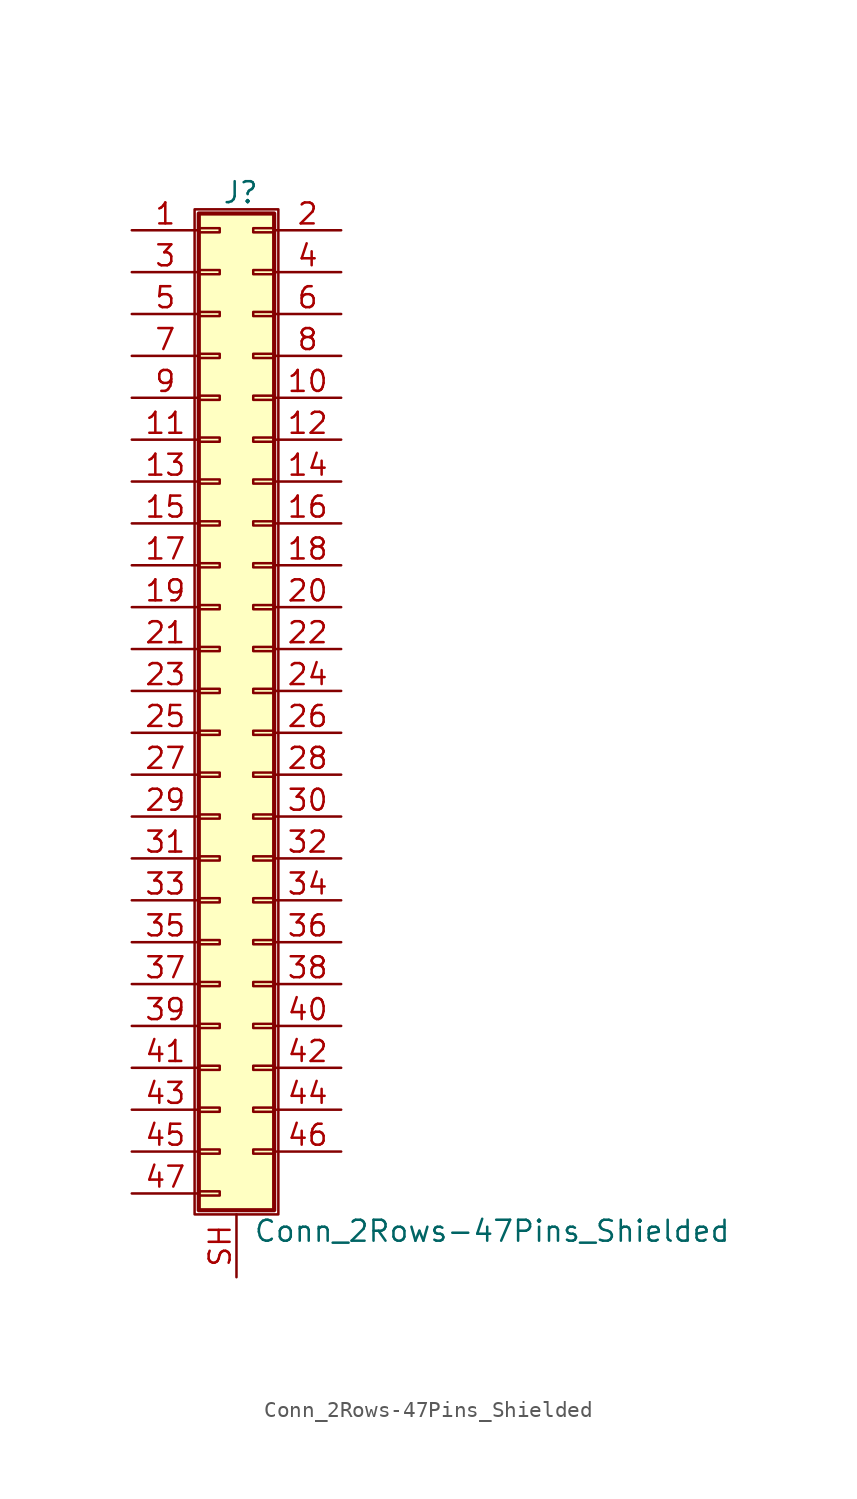
<source format=kicad_sym>
(kicad_symbol_lib
  (version 20201005)
  (generator kicad_symbol_editor)
  (symbol "Connector_Generic_Shielded:Conn_2Rows-47Pins_Shielded"
    (pin_names
      (offset 1.016) hide)
    (property "Reference" "J"
      (at 1.524 30.226 0)
      (effects (font (size 1.27 1.27))))
    (property "Value" "Conn_2Rows-47Pins_Shielded"
      (at 2.286 -32.766 0)
      (effects (font (size 1.27 1.27)) (justify left)))
    (symbol "Conn_2Rows-47Pins_Shielded_1_1"
      (rectangle (start -1.016 -27.813) (end 0.254 -28.067) (stroke (width 0.152)) (fill (type none)))
      (rectangle (start -1.016 -30.353) (end 0.254 -30.607) (stroke (width 0.152)) (fill (type none)))
      (rectangle (start -1.016 -4.953) (end 0.254 -5.207) (stroke (width 0.152)) (fill (type none)))
      (rectangle (start -1.016 -7.493) (end 0.254 -7.747) (stroke (width 0.152)) (fill (type none)))
      (rectangle (start -1.016 -10.033) (end 0.254 -10.287) (stroke (width 0.152)) (fill (type none)))
      (rectangle (start -1.016 -12.573) (end 0.254 -12.827) (stroke (width 0.152)) (fill (type none)))
      (rectangle (start -1.016 -15.113) (end 0.254 -15.367) (stroke (width 0.152)) (fill (type none)))
      (rectangle (start -1.016 -17.653) (end 0.254 -17.907) (stroke (width 0.152)) (fill (type none)))
      (rectangle (start -1.016 -20.193) (end 0.254 -20.447) (stroke (width 0.152)) (fill (type none)))
      (rectangle (start -1.016 -22.733) (end 0.254 -22.987) (stroke (width 0.152)) (fill (type none)))
      (rectangle (start -1.016 -2.413) (end 0.254 -2.667) (stroke (width 0.152)) (fill (type none)))
      (rectangle (start -1.016 -25.273) (end 0.254 -25.527) (stroke (width 0.152)) (fill (type none)))
      (rectangle (start -1.016 25.527) (end 0.254 25.273) (stroke (width 0.152)) (fill (type none)))
      (rectangle (start -1.016 2.667) (end 0.254 2.413) (stroke (width 0.152)) (fill (type none)))
      (rectangle (start -1.016 28.067) (end 0.254 27.813) (stroke (width 0.152)) (fill (type none)))
      (rectangle (start -1.016 28.956) (end 3.556 -31.496) (stroke (width 0.254)) (fill (type background)))
      (rectangle (start -1.016 5.207) (end 0.254 4.953) (stroke (width 0.152)) (fill (type none)))
      (rectangle (start -1.016 7.747) (end 0.254 7.493) (stroke (width 0.152)) (fill (type none)))
      (rectangle (start -1.016 10.287) (end 0.254 10.033) (stroke (width 0.152)) (fill (type none)))
      (rectangle (start -1.016 0.127) (end 0.254 -0.127) (stroke (width 0.152)) (fill (type none)))
      (rectangle (start -1.016 12.827) (end 0.254 12.573) (stroke (width 0.152)) (fill (type none)))
      (rectangle (start -1.016 15.367) (end 0.254 15.113) (stroke (width 0.152)) (fill (type none)))
      (rectangle (start -1.016 17.907) (end 0.254 17.653) (stroke (width 0.152)) (fill (type none)))
      (rectangle (start -1.016 20.447) (end 0.254 20.193) (stroke (width 0.152)) (fill (type none)))
      (rectangle (start -1.016 22.987) (end 0.254 22.733) (stroke (width 0.152)) (fill (type none)))
      (rectangle (start -1.27 29.21) (end 3.81 -31.75) (stroke (width 0.152)) (fill (type none)))
      (rectangle (start 3.556 -27.813) (end 2.286 -28.067) (stroke (width 0.152)) (fill (type none)))
      (rectangle (start 3.556 -4.953) (end 2.286 -5.207) (stroke (width 0.152)) (fill (type none)))
      (rectangle (start 3.556 -7.493) (end 2.286 -7.747) (stroke (width 0.152)) (fill (type none)))
      (rectangle (start 3.556 -10.033) (end 2.286 -10.287) (stroke (width 0.152)) (fill (type none)))
      (rectangle (start 3.556 -12.573) (end 2.286 -12.827) (stroke (width 0.152)) (fill (type none)))
      (rectangle (start 3.556 -15.113) (end 2.286 -15.367) (stroke (width 0.152)) (fill (type none)))
      (rectangle (start 3.556 -17.653) (end 2.286 -17.907) (stroke (width 0.152)) (fill (type none)))
      (rectangle (start 3.556 -20.193) (end 2.286 -20.447) (stroke (width 0.152)) (fill (type none)))
      (rectangle (start 3.556 -22.733) (end 2.286 -22.987) (stroke (width 0.152)) (fill (type none)))
      (rectangle (start 3.556 -2.413) (end 2.286 -2.667) (stroke (width 0.152)) (fill (type none)))
      (rectangle (start 3.556 -25.273) (end 2.286 -25.527) (stroke (width 0.152)) (fill (type none)))
      (rectangle (start 3.556 25.527) (end 2.286 25.273) (stroke (width 0.152)) (fill (type none)))
      (rectangle (start 3.556 2.667) (end 2.286 2.413) (stroke (width 0.152)) (fill (type none)))
      (rectangle (start 3.556 28.067) (end 2.286 27.813) (stroke (width 0.152)) (fill (type none)))
      (rectangle (start 3.556 5.207) (end 2.286 4.953) (stroke (width 0.152)) (fill (type none)))
      (rectangle (start 3.556 7.747) (end 2.286 7.493) (stroke (width 0.152)) (fill (type none)))
      (rectangle (start 3.556 10.287) (end 2.286 10.033) (stroke (width 0.152)) (fill (type none)))
      (rectangle (start 3.556 0.127) (end 2.286 -0.127) (stroke (width 0.152)) (fill (type none)))
      (rectangle (start 3.556 12.827) (end 2.286 12.573) (stroke (width 0.152)) (fill (type none)))
      (rectangle (start 3.556 15.367) (end 2.286 15.113) (stroke (width 0.152)) (fill (type none)))
      (rectangle (start 3.556 17.907) (end 2.286 17.653) (stroke (width 0.152)) (fill (type none)))
      (rectangle (start 3.556 20.447) (end 2.286 20.193) (stroke (width 0.152)) (fill (type none)))
      (rectangle (start 3.556 22.987) (end 2.286 22.733) (stroke (width 0.152)) (fill (type none)))
      (pin passive line (at -5.08 27.94 0) (length 4.064) (name "Pin_1" (effects (font (size 1.27 1.27)))) (number "1" (effects (font (size 1.27 1.27)))))
      (pin passive line (at 7.62 17.78 180) (length 4.064) (name "Pin_10" (effects (font (size 1.27 1.27)))) (number "10" (effects (font (size 1.27 1.27)))))
      (pin passive line (at -5.08 15.24 0) (length 4.064) (name "Pin_11" (effects (font (size 1.27 1.27)))) (number "11" (effects (font (size 1.27 1.27)))))
      (pin passive line (at 7.62 15.24 180) (length 4.064) (name "Pin_12" (effects (font (size 1.27 1.27)))) (number "12" (effects (font (size 1.27 1.27)))))
      (pin passive line (at -5.08 12.7 0) (length 4.064) (name "Pin_13" (effects (font (size 1.27 1.27)))) (number "13" (effects (font (size 1.27 1.27)))))
      (pin passive line (at 7.62 12.7 180) (length 4.064) (name "Pin_14" (effects (font (size 1.27 1.27)))) (number "14" (effects (font (size 1.27 1.27)))))
      (pin passive line (at -5.08 10.16 0) (length 4.064) (name "Pin_15" (effects (font (size 1.27 1.27)))) (number "15" (effects (font (size 1.27 1.27)))))
      (pin passive line (at 7.62 10.16 180) (length 4.064) (name "Pin_16" (effects (font (size 1.27 1.27)))) (number "16" (effects (font (size 1.27 1.27)))))
      (pin passive line (at -5.08 7.62 0) (length 4.064) (name "Pin_17" (effects (font (size 1.27 1.27)))) (number "17" (effects (font (size 1.27 1.27)))))
      (pin passive line (at 7.62 7.62 180) (length 4.064) (name "Pin_18" (effects (font (size 1.27 1.27)))) (number "18" (effects (font (size 1.27 1.27)))))
      (pin passive line (at -5.08 5.08 0) (length 4.064) (name "Pin_19" (effects (font (size 1.27 1.27)))) (number "19" (effects (font (size 1.27 1.27)))))
      (pin passive line (at 7.62 27.94 180) (length 4.064) (name "Pin_2" (effects (font (size 1.27 1.27)))) (number "2" (effects (font (size 1.27 1.27)))))
      (pin passive line (at 7.62 5.08 180) (length 4.064) (name "Pin_20" (effects (font (size 1.27 1.27)))) (number "20" (effects (font (size 1.27 1.27)))))
      (pin passive line (at -5.08 2.54 0) (length 4.064) (name "Pin_21" (effects (font (size 1.27 1.27)))) (number "21" (effects (font (size 1.27 1.27)))))
      (pin passive line (at 7.62 2.54 180) (length 4.064) (name "Pin_22" (effects (font (size 1.27 1.27)))) (number "22" (effects (font (size 1.27 1.27)))))
      (pin passive line (at -5.08 0 0) (length 4.064) (name "Pin_23" (effects (font (size 1.27 1.27)))) (number "23" (effects (font (size 1.27 1.27)))))
      (pin passive line (at 7.62 0 180) (length 4.064) (name "Pin_24" (effects (font (size 1.27 1.27)))) (number "24" (effects (font (size 1.27 1.27)))))
      (pin passive line (at -5.08 -2.54 0) (length 4.064) (name "Pin_25" (effects (font (size 1.27 1.27)))) (number "25" (effects (font (size 1.27 1.27)))))
      (pin passive line (at 7.62 -2.54 180) (length 4.064) (name "Pin_26" (effects (font (size 1.27 1.27)))) (number "26" (effects (font (size 1.27 1.27)))))
      (pin passive line (at -5.08 -5.08 0) (length 4.064) (name "Pin_27" (effects (font (size 1.27 1.27)))) (number "27" (effects (font (size 1.27 1.27)))))
      (pin passive line (at 7.62 -5.08 180) (length 4.064) (name "Pin_28" (effects (font (size 1.27 1.27)))) (number "28" (effects (font (size 1.27 1.27)))))
      (pin passive line (at -5.08 -7.62 0) (length 4.064) (name "Pin_29" (effects (font (size 1.27 1.27)))) (number "29" (effects (font (size 1.27 1.27)))))
      (pin passive line (at -5.08 25.4 0) (length 4.064) (name "Pin_3" (effects (font (size 1.27 1.27)))) (number "3" (effects (font (size 1.27 1.27)))))
      (pin passive line (at 7.62 -7.62 180) (length 4.064) (name "Pin_30" (effects (font (size 1.27 1.27)))) (number "30" (effects (font (size 1.27 1.27)))))
      (pin passive line (at -5.08 -10.16 0) (length 4.064) (name "Pin_31" (effects (font (size 1.27 1.27)))) (number "31" (effects (font (size 1.27 1.27)))))
      (pin passive line (at 7.62 -10.16 180) (length 4.064) (name "Pin_32" (effects (font (size 1.27 1.27)))) (number "32" (effects (font (size 1.27 1.27)))))
      (pin passive line (at -5.08 -12.7 0) (length 4.064) (name "Pin_33" (effects (font (size 1.27 1.27)))) (number "33" (effects (font (size 1.27 1.27)))))
      (pin passive line (at 7.62 -12.7 180) (length 4.064) (name "Pin_34" (effects (font (size 1.27 1.27)))) (number "34" (effects (font (size 1.27 1.27)))))
      (pin passive line (at -5.08 -15.24 0) (length 4.064) (name "Pin_35" (effects (font (size 1.27 1.27)))) (number "35" (effects (font (size 1.27 1.27)))))
      (pin passive line (at 7.62 -15.24 180) (length 4.064) (name "Pin_36" (effects (font (size 1.27 1.27)))) (number "36" (effects (font (size 1.27 1.27)))))
      (pin passive line (at -5.08 -17.78 0) (length 4.064) (name "Pin_37" (effects (font (size 1.27 1.27)))) (number "37" (effects (font (size 1.27 1.27)))))
      (pin passive line (at 7.62 -17.78 180) (length 4.064) (name "Pin_38" (effects (font (size 1.27 1.27)))) (number "38" (effects (font (size 1.27 1.27)))))
      (pin passive line (at -5.08 -20.32 0) (length 4.064) (name "Pin_39" (effects (font (size 1.27 1.27)))) (number "39" (effects (font (size 1.27 1.27)))))
      (pin passive line (at 7.62 25.4 180) (length 4.064) (name "Pin_4" (effects (font (size 1.27 1.27)))) (number "4" (effects (font (size 1.27 1.27)))))
      (pin passive line (at 7.62 -20.32 180) (length 4.064) (name "Pin_40" (effects (font (size 1.27 1.27)))) (number "40" (effects (font (size 1.27 1.27)))))
      (pin passive line (at -5.08 -22.86 0) (length 4.064) (name "Pin_41" (effects (font (size 1.27 1.27)))) (number "41" (effects (font (size 1.27 1.27)))))
      (pin passive line (at 7.62 -22.86 180) (length 4.064) (name "Pin_42" (effects (font (size 1.27 1.27)))) (number "42" (effects (font (size 1.27 1.27)))))
      (pin passive line (at -5.08 -25.4 0) (length 4.064) (name "Pin_43" (effects (font (size 1.27 1.27)))) (number "43" (effects (font (size 1.27 1.27)))))
      (pin passive line (at 7.62 -25.4 180) (length 4.064) (name "Pin_44" (effects (font (size 1.27 1.27)))) (number "44" (effects (font (size 1.27 1.27)))))
      (pin passive line (at -5.08 -27.94 0) (length 4.064) (name "Pin_45" (effects (font (size 1.27 1.27)))) (number "45" (effects (font (size 1.27 1.27)))))
      (pin passive line (at 7.62 -27.94 180) (length 4.064) (name "Pin_46" (effects (font (size 1.27 1.27)))) (number "46" (effects (font (size 1.27 1.27)))))
      (pin passive line (at -5.08 -30.48 0) (length 4.064) (name "Pin_47" (effects (font (size 1.27 1.27)))) (number "47" (effects (font (size 1.27 1.27)))))
      (pin passive line (at -5.08 22.86 0) (length 4.064) (name "Pin_5" (effects (font (size 1.27 1.27)))) (number "5" (effects (font (size 1.27 1.27)))))
      (pin passive line (at 7.62 22.86 180) (length 4.064) (name "Pin_6" (effects (font (size 1.27 1.27)))) (number "6" (effects (font (size 1.27 1.27)))))
      (pin passive line (at -5.08 20.32 0) (length 4.064) (name "Pin_7" (effects (font (size 1.27 1.27)))) (number "7" (effects (font (size 1.27 1.27)))))
      (pin passive line (at 7.62 20.32 180) (length 4.064) (name "Pin_8" (effects (font (size 1.27 1.27)))) (number "8" (effects (font (size 1.27 1.27)))))
      (pin passive line (at -5.08 17.78 0) (length 4.064) (name "Pin_9" (effects (font (size 1.27 1.27)))) (number "9" (effects (font (size 1.27 1.27)))))
      (pin passive line (at 1.27 -35.56 90) (length 3.81) (name "Shield" (effects (font (size 1.27 1.27)))) (number "SH" (effects (font (size 1.27 1.27))))))))
</source>
